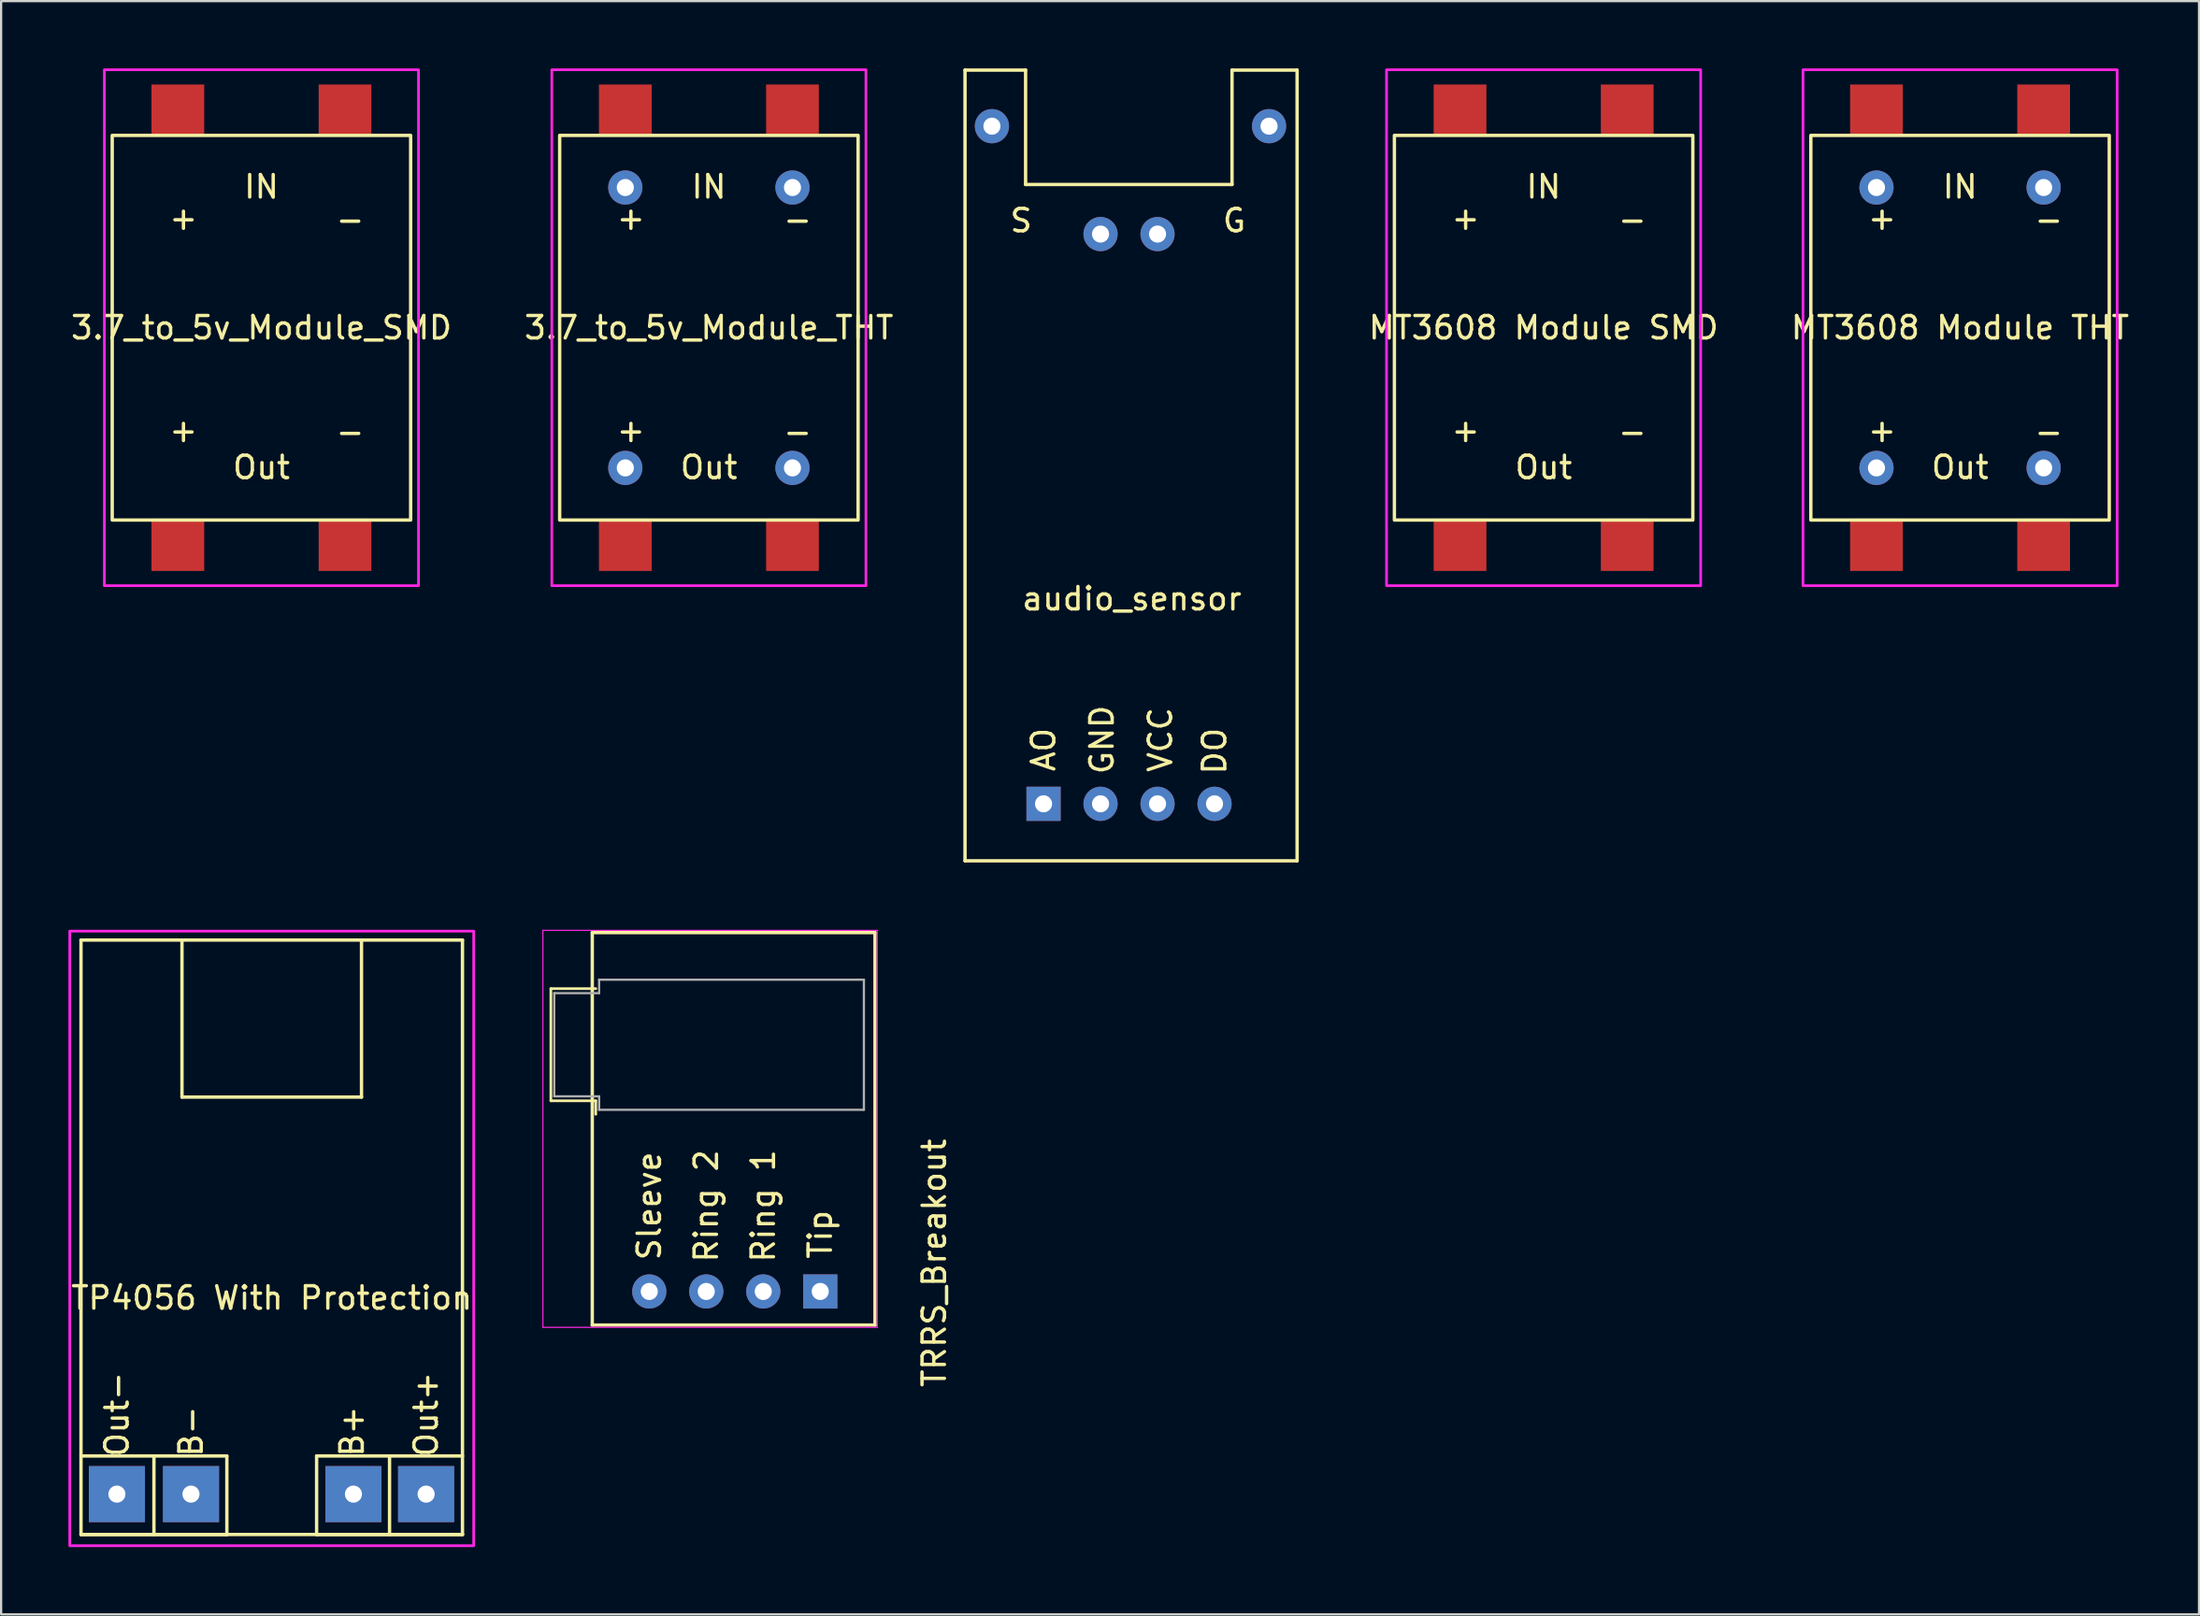
<source format=kicad_pcb>
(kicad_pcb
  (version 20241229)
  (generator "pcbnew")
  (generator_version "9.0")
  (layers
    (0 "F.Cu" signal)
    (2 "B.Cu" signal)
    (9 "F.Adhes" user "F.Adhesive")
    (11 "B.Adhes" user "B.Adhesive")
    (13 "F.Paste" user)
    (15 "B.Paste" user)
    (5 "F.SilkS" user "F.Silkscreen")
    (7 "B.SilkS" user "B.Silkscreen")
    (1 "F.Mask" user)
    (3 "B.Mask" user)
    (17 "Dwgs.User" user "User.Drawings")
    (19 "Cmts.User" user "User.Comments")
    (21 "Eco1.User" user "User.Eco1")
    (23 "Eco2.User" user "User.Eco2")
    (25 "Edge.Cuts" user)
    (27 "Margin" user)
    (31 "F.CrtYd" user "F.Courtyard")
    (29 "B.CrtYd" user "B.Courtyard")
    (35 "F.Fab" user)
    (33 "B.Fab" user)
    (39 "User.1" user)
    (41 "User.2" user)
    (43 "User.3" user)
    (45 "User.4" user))
  (footprint "MT3608 Module THT"
    (layer "F.Cu")
    (at 84.301 11.56)
    (property "Reference" "MT3608 Module THT" (at 0 0 0) (layer "F.SilkS") (effects (font (size 1 1) (thickness 0.15))))
    (attr through_hole exclude_from_pos_files)
    (fp_rect (start -6.65 -8.575) (end 6.65 8.575) (stroke (width 0.15) (type default)) (fill no) (layer "F.SilkS"))
    (fp_rect (start -7 -11.5) (end 7 11.5) (stroke (width 0.12) (type default)) (fill no) (layer "F.CrtYd"))
    (fp_text user "IN" (at 0 -6.284 0) (layer "F.SilkS") (effects (font (size 1 1) (thickness 0.15))))
    (fp_text user "-" (at 3.954 -4.824 0) (layer "F.SilkS") (effects (font (size 1 1) (thickness 0.15))))
    (fp_text user "+" (at -3.475 4.574 0) (layer "F.SilkS") (effects (font (size 1 1) (thickness 0.15))))
    (fp_text user "-" (at 3.954 4.638 0) (layer "F.SilkS") (effects (font (size 1 1) (thickness 0.15))))
    (fp_text user "+" (at -3.475 -4.887 0) (layer "F.SilkS") (effects (font (size 1 1) (thickness 0.15))))
    (fp_text user "Out" (at 0 6.226 0) (layer "F.SilkS") (effects (font (size 1 1) (thickness 0.15))))
    (pad "1" smd rect (at -3.725 -9.7) (size 2.35 2.286) (layers "F.Cu" "F.Mask" "F.Paste"))
    (pad "1" thru_hole circle (at -3.725 6.25) (size 1.524 1.524) (drill 0.762) (layers "*.Cu" "*.Mask"))
    (pad "2" smd rect (at 3.725 -9.7) (size 2.35 2.286) (layers "F.Cu" "F.Mask" "F.Paste"))
    (pad "2" thru_hole circle (at 3.725 6.25) (size 1.524 1.524) (drill 0.762) (layers "*.Cu" "*.Mask"))
    (pad "3" thru_hole circle (at -3.725 -6.25) (size 1.524 1.524) (drill 0.762) (layers "*.Cu" "*.Mask"))
    (pad "3" smd rect (at -3.725 9.7) (size 2.35 2.286) (layers "F.Cu" "F.Mask" "F.Paste"))
    (pad "4" thru_hole circle (at 3.725 -6.25) (size 1.524 1.524) (drill 0.762) (layers "*.Cu" "*.Mask"))
    (pad "4" smd rect (at 3.725 9.7) (size 2.35 2.286) (layers "F.Cu" "F.Mask" "F.Paste")))
  (footprint "TRRS_Breakout"
    (layer "F.Cu")
    (at 25.885 54.525)
    (property "Reference" "TRRS_Breakout" (at 12.7 -1.27 90) (layer "F.SilkS") (effects (font (size 1 1) (thickness 0.15))))
    (attr smd)
    (fp_line (start -4.385 -13.5) (end -4.385 -8.5) (stroke (width 0.12) (type solid)) (layer "F.SilkS"))
    (fp_line (start -2.54 -16) (end -2.54 1.5) (stroke (width 0.15) (type solid)) (layer "F.SilkS"))
    (fp_line (start -2.54 1.5) (end 10.06 1.5) (stroke (width 0.15) (type solid)) (layer "F.SilkS"))
    (fp_line (start -2.385 -13.5) (end -4.385 -13.5) (stroke (width 0.12) (type solid)) (layer "F.SilkS"))
    (fp_line (start -2.385 -8.5) (end -4.385 -8.5) (stroke (width 0.12) (type solid)) (layer "F.SilkS"))
    (fp_line (start -2.385 -8.5) (end -2.385 -7.9) (stroke (width 0.12) (type solid)) (layer "F.SilkS"))
    (fp_line (start 10.06 -16) (end -2.54 -16) (stroke (width 0.15) (type solid)) (layer "F.SilkS"))
    (fp_line (start 10.06 -16) (end 10.06 1.5) (stroke (width 0.15) (type solid)) (layer "F.SilkS"))
    (fp_line (start -4.74 -16.1) (end 10.16 -16.1) (stroke (width 0.05) (type solid)) (layer "F.CrtYd"))
    (fp_line (start -4.74 1.6) (end -4.74 -16.1) (stroke (width 0.05) (type solid)) (layer "F.CrtYd"))
    (fp_line (start -4.74 1.6) (end 10.16 1.6) (stroke (width 0.05) (type solid)) (layer "F.CrtYd"))
    (fp_line (start 10.16 1.6) (end 10.16 -16.1) (stroke (width 0.05) (type solid)) (layer "F.CrtYd"))
    (fp_line (start -4.235 -13.3) (end -2.235 -13.3) (stroke (width 0.1) (type solid)) (layer "F.Fab"))
    (fp_line (start -4.235 -8.7) (end -4.235 -13.3) (stroke (width 0.1) (type solid)) (layer "F.Fab"))
    (fp_line (start -2.235 -13.9) (end 9.565 -13.9) (stroke (width 0.1) (type solid)) (layer "F.Fab"))
    (fp_line (start -2.235 -13.3) (end -2.235 -13.9) (stroke (width 0.1) (type solid)) (layer "F.Fab"))
    (fp_line (start -2.235 -8.7) (end -4.235 -8.7) (stroke (width 0.1) (type solid)) (layer "F.Fab"))
    (fp_line (start -2.235 -8.1) (end -2.235 -8.7) (stroke (width 0.1) (type solid)) (layer "F.Fab"))
    (fp_line (start 9.565 -13.9) (end 9.565 -8.1) (stroke (width 0.1) (type solid)) (layer "F.Fab"))
    (fp_line (start 9.565 -8.1) (end -2.235 -8.1) (stroke (width 0.1) (type solid)) (layer "F.Fab"))
    (fp_text user "Sleeve" (at 0 -3.81 90) (layer "F.SilkS") (effects (font (size 1 1) (thickness 0.15))))
    (fp_text user "Ring 1" (at 5.08 -3.81 90) (layer "F.SilkS") (effects (font (size 1 1) (thickness 0.15))))
    (fp_text user "Tip" (at 7.62 -2.54 90) (layer "F.SilkS") (effects (font (size 1 1) (thickness 0.15))))
    (fp_text user "Ring 2" (at 2.54 -3.81 90) (layer "F.SilkS") (effects (font (size 1 1) (thickness 0.15))))
    (pad "1" thru_hole rect (at 7.62 0) (size 1.524 1.524) (drill 0.762) (layers "*.Cu" "*.Mask"))
    (pad "2" thru_hole circle (at 5.08 0) (size 1.524 1.524) (drill 0.762) (layers "*.Cu" "*.Mask"))
    (pad "3" thru_hole circle (at 2.54 0) (size 1.524 1.524) (drill 0.762) (layers "*.Cu" "*.Mask"))
    (pad "4" thru_hole circle (at 0 0) (size 1.524 1.524) (drill 0.762) (layers "*.Cu" "*.Mask")))
  (footprint "MT3608 Module SMD"
    (layer "F.Cu")
    (at 65.742 11.56)
    (property "Reference" "MT3608 Module SMD" (at 0 0 0) (layer "F.SilkS") (effects (font (size 1 1) (thickness 0.15))))
    (attr smd exclude_from_pos_files)
    (fp_rect (start -6.65 -8.575) (end 6.65 8.575) (stroke (width 0.15) (type default)) (fill no) (layer "F.SilkS"))
    (fp_rect (start -7 -11.5) (end 7 11.5) (stroke (width 0.12) (type default)) (fill no) (layer "F.CrtYd"))
    (fp_text user "IN" (at 0 -6.284 0) (layer "F.SilkS") (effects (font (size 1 1) (thickness 0.15))))
    (fp_text user "-" (at 3.954 4.638 0) (layer "F.SilkS") (effects (font (size 1 1) (thickness 0.15))))
    (fp_text user "+" (at -3.475 4.574 0) (layer "F.SilkS") (effects (font (size 1 1) (thickness 0.15))))
    (fp_text user "+" (at -3.475 -4.887 0) (layer "F.SilkS") (effects (font (size 1 1) (thickness 0.15))))
    (fp_text user "Out" (at 0 6.226 0) (layer "F.SilkS") (effects (font (size 1 1) (thickness 0.15))))
    (fp_text user "-" (at 3.954 -4.824 0) (layer "F.SilkS") (effects (font (size 1 1) (thickness 0.15))))
    (pad "1" smd rect (at -3.725 -9.7) (size 2.35 2.286) (layers "F.Cu" "F.Mask" "F.Paste"))
    (pad "2" smd rect (at 3.725 -9.7) (size 2.35 2.286) (layers "F.Cu" "F.Mask" "F.Paste"))
    (pad "3" smd rect (at -3.725 9.7) (size 2.35 2.286) (layers "F.Cu" "F.Mask" "F.Paste"))
    (pad "4" smd rect (at 3.725 9.7) (size 2.35 2.286) (layers "F.Cu" "F.Mask" "F.Paste")))
  (footprint "audio_sensor"
    (layer "F.Cu")
    (at 43.456 32.785)
    (property "Reference" "audio_sensor" (at 3.937 -9.144 0) (layer "F.SilkS") (effects (font (size 1 1) (thickness 0.15))))
    (attr through_hole)
    (fp_line (start -3.5 -32.71) (end -0.8 -32.71) (stroke (width 0.15) (type solid)) (layer "F.SilkS"))
    (fp_line (start -3.5 2.54) (end -3.5 -32.71) (stroke (width 0.15) (type solid)) (layer "F.SilkS"))
    (fp_line (start -3.5 2.54) (end 11.3 2.54) (stroke (width 0.15) (type solid)) (layer "F.SilkS"))
    (fp_line (start -0.8 -32.71) (end -0.8 -27.61) (stroke (width 0.15) (type solid)) (layer "F.SilkS"))
    (fp_line (start -0.8 -27.61) (end 8.4 -27.61) (stroke (width 0.15) (type solid)) (layer "F.SilkS"))
    (fp_line (start 8.4 -32.71) (end 8.4 -27.61) (stroke (width 0.15) (type solid)) (layer "F.SilkS"))
    (fp_line (start 11.3 -32.71) (end 8.4 -32.71) (stroke (width 0.15) (type solid)) (layer "F.SilkS"))
    (fp_line (start 11.3 2.54) (end 11.3 -32.71) (stroke (width 0.15) (type solid)) (layer "F.SilkS"))
    (fp_text user "GND" (at 2.603 -2.857 90) (layer "F.SilkS") (effects (font (size 1 1) (thickness 0.15))))
    (fp_text user "VCC" (at 5.207 -2.857 90) (layer "F.SilkS") (effects (font (size 1 1) (thickness 0.15))))
    (fp_text user "G" (at 8.5 -26 0) (layer "F.SilkS") (effects (font (size 1 1) (thickness 0.15))))
    (fp_text user "DO" (at 7.62 -2.349 90) (layer "F.SilkS") (effects (font (size 1 1) (thickness 0.15))))
    (fp_text user "S" (at -1 -26 0) (layer "F.SilkS") (effects (font (size 1 1) (thickness 0.15))))
    (fp_text user "AO" (at 0 -2.413 90) (layer "F.SilkS") (effects (font (size 1 1) (thickness 0.15))))
    (pad "1" thru_hole rect (at 0 0) (size 1.524 1.524) (drill 0.762) (layers "*.Cu" "*.Mask"))
    (pad "2" thru_hole circle (at 2.54 0) (size 1.524 1.524) (drill 0.762) (layers "*.Cu" "*.Mask"))
    (pad "2" thru_hole circle (at 5.08 -25.4) (size 1.524 1.524) (drill 0.762) (layers "*.Cu" "*.Mask"))
    (pad "2" thru_hole circle (at 10.05 -30.21) (size 1.524 1.524) (drill 0.762) (layers "*.Cu" "*.Mask"))
    (pad "3" thru_hole circle (at 5.08 0) (size 1.524 1.524) (drill 0.762) (layers "*.Cu" "*.Mask"))
    (pad "4" thru_hole circle (at 7.62 0) (size 1.524 1.524) (drill 0.762) (layers "*.Cu" "*.Mask"))
    (pad "5" thru_hole circle (at -2.3 -30.21) (size 1.524 1.524) (drill 0.762) (layers "*.Cu" "*.Mask"))
    (pad "5" thru_hole circle (at 2.54 -25.4) (size 1.524 1.524) (drill 0.762) (layers "*.Cu" "*.Mask")))
  (footprint "3.7_to_5v_Module_SMD"
    (layer "F.Cu")
    (at 8.601 11.56)
    (property "Reference" "3.7_to_5v_Module_SMD" (at 0 0 0) (layer "F.SilkS") (effects (font (size 1 1) (thickness 0.15))))
    (attr smd)
    (fp_rect (start -6.65 -8.575) (end 6.65 8.575) (stroke (width 0.15) (type default)) (fill no) (layer "F.SilkS"))
    (fp_rect (start -7 -11.5) (end 7 11.5) (stroke (width 0.12) (type default)) (fill no) (layer "F.CrtYd"))
    (fp_text user "-" (at 3.954 -4.824 0) (layer "F.SilkS") (effects (font (size 1 1) (thickness 0.15))))
    (fp_text user "+" (at -3.475 -4.887 0) (layer "F.SilkS") (effects (font (size 1 1) (thickness 0.15))))
    (fp_text user "Out" (at 0 6.226 0) (layer "F.SilkS") (effects (font (size 1 1) (thickness 0.15))))
    (fp_text user "+" (at -3.475 4.574 0) (layer "F.SilkS") (effects (font (size 1 1) (thickness 0.15))))
    (fp_text user "IN" (at 0 -6.284 0) (layer "F.SilkS") (effects (font (size 1 1) (thickness 0.15))))
    (fp_text user "-" (at 3.954 4.638 0) (layer "F.SilkS") (effects (font (size 1 1) (thickness 0.15))))
    (pad "1" smd rect (at -3.725 -9.7) (size 2.35 2.286) (layers "F.Cu" "F.Mask" "F.Paste"))
    (pad "2" smd rect (at 3.725 -9.7) (size 2.35 2.286) (layers "F.Cu" "F.Mask" "F.Paste"))
    (pad "3" smd rect (at -3.725 9.7) (size 2.35 2.286) (layers "F.Cu" "F.Mask" "F.Paste"))
    (pad "4" smd rect (at 3.725 9.7) (size 2.35 2.286) (layers "F.Cu" "F.Mask" "F.Paste")))
  (footprint "TP4056 With Protection"
    (layer "F.Cu")
    (at 9.06 38.86)
    (property "Reference" "TP4056 With Protection" (at 0 15.954 0) (layer "F.SilkS") (effects (font (size 1 1) (thickness 0.15))))
    (attr through_hole)
    (fp_line (start -8.5 0) (end -8.5 26.5) (stroke (width 0.15) (type solid)) (layer "F.SilkS"))
    (fp_line (start -8.5 26.5) (end -2 26.5) (stroke (width 0.15) (type solid)) (layer "F.SilkS"))
    (fp_line (start -8.5 26.5) (end 8.5 26.5) (stroke (width 0.15) (type solid)) (layer "F.SilkS"))
    (fp_line (start -5.25 23) (end -5.25 26.5) (stroke (width 0.15) (type solid)) (layer "F.SilkS"))
    (fp_line (start -4 0) (end -4 7) (stroke (width 0.15) (type solid)) (layer "F.SilkS"))
    (fp_line (start -4 7) (end 4 7) (stroke (width 0.15) (type solid)) (layer "F.SilkS"))
    (fp_line (start -2 23) (end -8.5 23) (stroke (width 0.15) (type solid)) (layer "F.SilkS"))
    (fp_line (start -2 26.5) (end -2 23) (stroke (width 0.15) (type solid)) (layer "F.SilkS"))
    (fp_line (start 2 23) (end 8.5 23) (stroke (width 0.15) (type solid)) (layer "F.SilkS"))
    (fp_line (start 2 26.5) (end 2 23) (stroke (width 0.15) (type solid)) (layer "F.SilkS"))
    (fp_line (start 4 7) (end 4 0) (stroke (width 0.15) (type solid)) (layer "F.SilkS"))
    (fp_line (start 5.25 26.5) (end 5.25 23) (stroke (width 0.15) (type solid)) (layer "F.SilkS"))
    (fp_line (start 8.5 0) (end -8.5 0) (stroke (width 0.15) (type solid)) (layer "F.SilkS"))
    (fp_line (start 8.5 26.5) (end 2 26.5) (stroke (width 0.15) (type solid)) (layer "F.SilkS"))
    (fp_line (start 8.5 26.5) (end 8.5 0) (stroke (width 0.15) (type solid)) (layer "F.SilkS"))
    (fp_rect (start -9 -0.4) (end 9 27) (stroke (width 0.12) (type default)) (fill no) (layer "F.CrtYd"))
    (fp_text user "Out-" (at -6.9 21.144 90) (layer "F.SilkS") (effects (font (size 1 1) (thickness 0.15))))
    (fp_text user "B+" (at 3.578 21.906 90) (layer "F.SilkS") (effects (font (size 1 1) (thickness 0.15))))
    (fp_text user "Out+" (at 6.88 21.144 90) (layer "F.SilkS") (effects (font (size 1 1) (thickness 0.15))))
    (fp_text user "B-" (at -3.598 21.906 90) (layer "F.SilkS") (effects (font (size 1 1) (thickness 0.15))))
    (pad "1" thru_hole rect (at 3.641 24.7) (size 2.5 2.5) (drill 0.762) (layers "*.Cu" "*.Mask"))
    (pad "2" thru_hole rect (at -3.598 24.7) (size 2.5 2.5) (drill 0.762) (layers "*.Cu" "*.Mask"))
    (pad "3" thru_hole rect (at 6.88 24.7) (size 2.5 2.5) (drill 0.762) (layers "*.Cu" "*.Mask"))
    (pad "4" thru_hole rect (at -6.9 24.7) (size 2.5 2.5) (drill 0.762) (layers "*.Cu" "*.Mask")))
  (footprint "3.7_to_5v_Module_THT"
    (layer "F.Cu")
    (at 28.542 11.56)
    (property "Reference" "3.7_to_5v_Module_THT" (at 0 0 0) (layer "F.SilkS") (effects (font (size 1 1) (thickness 0.15))))
    (attr through_hole)
    (fp_rect (start -6.65 -8.575) (end 6.65 8.575) (stroke (width 0.15) (type default)) (fill no) (layer "F.SilkS"))
    (fp_rect (start -7 -11.5) (end 7 11.5) (stroke (width 0.12) (type default)) (fill no) (layer "F.CrtYd"))
    (fp_text user "+" (at -3.475 -4.887 0) (layer "F.SilkS") (effects (font (size 1 1) (thickness 0.15))))
    (fp_text user "Out" (at 0 6.226 0) (layer "F.SilkS") (effects (font (size 1 1) (thickness 0.15))))
    (fp_text user "+" (at -3.475 4.574 0) (layer "F.SilkS") (effects (font (size 1 1) (thickness 0.15))))
    (fp_text user "-" (at 3.954 4.638 0) (layer "F.SilkS") (effects (font (size 1 1) (thickness 0.15))))
    (fp_text user "-" (at 3.954 -4.824 0) (layer "F.SilkS") (effects (font (size 1 1) (thickness 0.15))))
    (fp_text user "IN" (at 0 -6.284 0) (layer "F.SilkS") (effects (font (size 1 1) (thickness 0.15))))
    (pad "1" smd rect (at -3.725 -9.7) (size 2.35 2.286) (layers "F.Cu" "F.Mask" "F.Paste"))
    (pad "1" thru_hole circle (at -3.725 6.25) (size 1.524 1.524) (drill 0.762) (layers "*.Cu" "*.Mask"))
    (pad "2" smd rect (at 3.725 -9.7) (size 2.35 2.286) (layers "F.Cu" "F.Mask" "F.Paste"))
    (pad "2" thru_hole circle (at 3.725 6.25) (size 1.524 1.524) (drill 0.762) (layers "*.Cu" "*.Mask"))
    (pad "3" thru_hole circle (at -3.725 -6.25) (size 1.524 1.524) (drill 0.762) (layers "*.Cu" "*.Mask"))
    (pad "3" smd rect (at -3.725 9.7) (size 2.35 2.286) (layers "F.Cu" "F.Mask" "F.Paste"))
    (pad "4" thru_hole circle (at 3.725 -6.25) (size 1.524 1.524) (drill 0.762) (layers "*.Cu" "*.Mask"))
    (pad "4" smd rect (at 3.725 9.7) (size 2.35 2.286) (layers "F.Cu" "F.Mask" "F.Paste")))
  (gr_rect
    (start -3 -3)
    (end 94.95 68.92)
    (stroke (width 0.1) (type default))
    (fill no)
    (layer "Edge.Cuts")))
</source>
